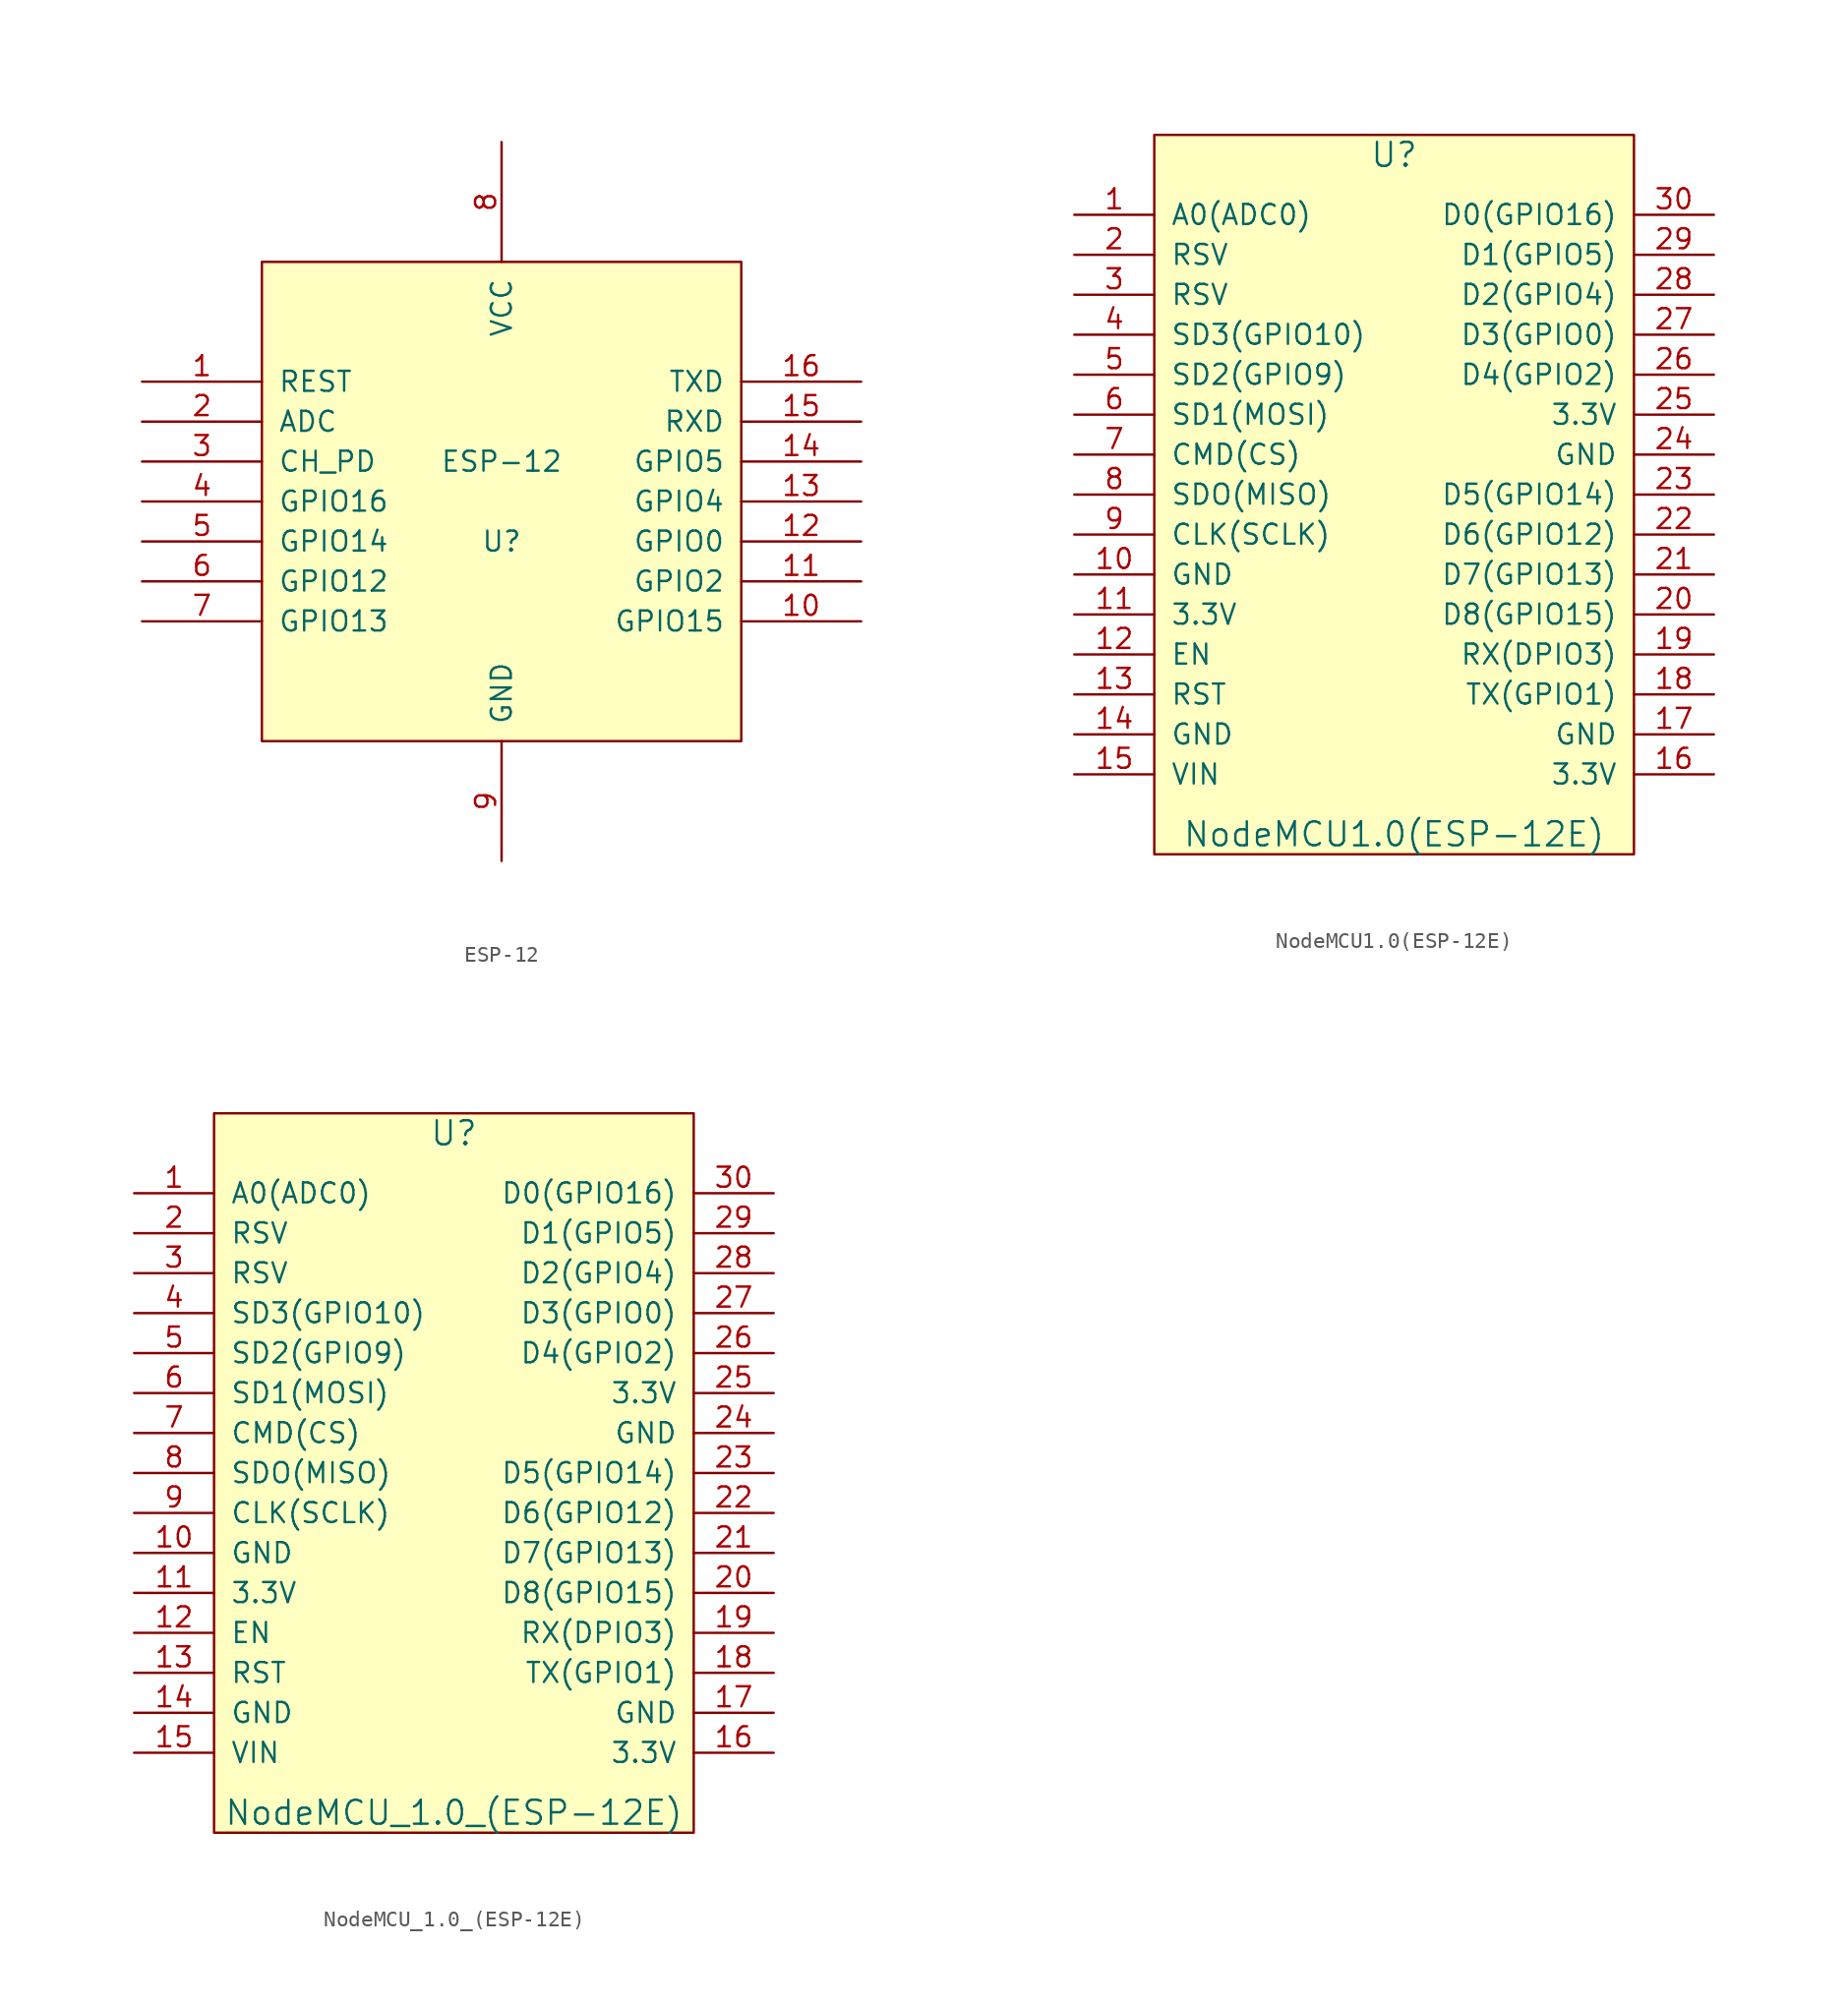
<source format=kicad_sym>
(kicad_symbol_lib
  (version 20220914)
  (generator kicad_symbol_editor)
  (symbol "ESP-12"
    (pin_names
      (offset 1.016))
    (property "Reference" "U"
      (at 0 -2.54 0)
      (effects (font (size 1.27 1.27))))
    (property "Value" "ESP-12"
      (at 0 2.54 0)
      (effects (font (size 1.27 1.27))))
    (symbol "ESP-12_1_0"
      (rectangle (start -15.24 15.24) (end 15.24 -15.24) (stroke (width 0) (type solid)) (fill (type background))))
    (symbol "ESP-12_1_1"
      (pin input line (at -22.86 7.62 0) (length 7.62) (name "REST" (effects (font (size 1.27 1.27)))) (number "1" (effects (font (size 1.27 1.27)))))
      (pin bidirectional line (at 22.86 -7.62 180) (length 7.62) (name "GPIO15" (effects (font (size 1.27 1.27)))) (number "10" (effects (font (size 1.27 1.27)))))
      (pin bidirectional line (at 22.86 -5.08 180) (length 7.62) (name "GPIO2" (effects (font (size 1.27 1.27)))) (number "11" (effects (font (size 1.27 1.27)))))
      (pin bidirectional line (at 22.86 -2.54 180) (length 7.62) (name "GPIO0" (effects (font (size 1.27 1.27)))) (number "12" (effects (font (size 1.27 1.27)))))
      (pin bidirectional line (at 22.86 0 180) (length 7.62) (name "GPIO4" (effects (font (size 1.27 1.27)))) (number "13" (effects (font (size 1.27 1.27)))))
      (pin bidirectional line (at 22.86 2.54 180) (length 7.62) (name "GPIO5" (effects (font (size 1.27 1.27)))) (number "14" (effects (font (size 1.27 1.27)))))
      (pin input line (at 22.86 5.08 180) (length 7.62) (name "RXD" (effects (font (size 1.27 1.27)))) (number "15" (effects (font (size 1.27 1.27)))))
      (pin output line (at 22.86 7.62 180) (length 7.62) (name "TXD" (effects (font (size 1.27 1.27)))) (number "16" (effects (font (size 1.27 1.27)))))
      (pin passive line (at -22.86 5.08 0) (length 7.62) (name "ADC" (effects (font (size 1.27 1.27)))) (number "2" (effects (font (size 1.27 1.27)))))
      (pin input line (at -22.86 2.54 0) (length 7.62) (name "CH_PD" (effects (font (size 1.27 1.27)))) (number "3" (effects (font (size 1.27 1.27)))))
      (pin bidirectional line (at -22.86 0 0) (length 7.62) (name "GPIO16" (effects (font (size 1.27 1.27)))) (number "4" (effects (font (size 1.27 1.27)))))
      (pin bidirectional line (at -22.86 -2.54 0) (length 7.62) (name "GPIO14" (effects (font (size 1.27 1.27)))) (number "5" (effects (font (size 1.27 1.27)))))
      (pin bidirectional line (at -22.86 -5.08 0) (length 7.62) (name "GPIO12" (effects (font (size 1.27 1.27)))) (number "6" (effects (font (size 1.27 1.27)))))
      (pin bidirectional line (at -22.86 -7.62 0) (length 7.62) (name "GPIO13" (effects (font (size 1.27 1.27)))) (number "7" (effects (font (size 1.27 1.27)))))
      (pin power_in line (at 0 22.86 270) (length 7.62) (name "VCC" (effects (font (size 1.27 1.27)))) (number "8" (effects (font (size 1.27 1.27)))))
      (pin power_in line (at 0 -22.86 90) (length 7.62) (name "GND" (effects (font (size 1.27 1.27)))) (number "9" (effects (font (size 1.27 1.27)))))))
  (symbol "NodeMCU1.0(ESP-12E)"
    (pin_names
      (offset 1.016))
    (property "Reference" "U"
      (at 0 21.59 0)
      (effects (font (size 1.524 1.524))))
    (property "Value" "NodeMCU1.0(ESP-12E)"
      (at 0 -21.59 0)
      (effects (font (size 1.524 1.524))))
    (property "Footprint" ""
      (at -15.24 -21.59 0)
      (effects (font (size 1.524 1.524))))
    (property "Datasheet" ""
      (at -15.24 -21.59 0)
      (effects (font (size 1.524 1.524))))
    (symbol "NodeMCU1.0(ESP-12E)_1_1"
      (rectangle (start -15.24 22.86) (end 15.24 -22.86) (stroke (width 0) (type solid)) (fill (type background)))
      (pin input line (at -20.32 17.78 0) (length 5.08) (name "A0(ADC0)" (effects (font (size 1.27 1.27)))) (number "1" (effects (font (size 1.27 1.27)))))
      (pin input line (at -20.32 -5.08 0) (length 5.08) (name "GND" (effects (font (size 1.27 1.27)))) (number "10" (effects (font (size 1.27 1.27)))))
      (pin input line (at -20.32 -7.62 0) (length 5.08) (name "3.3V" (effects (font (size 1.27 1.27)))) (number "11" (effects (font (size 1.27 1.27)))))
      (pin input line (at -20.32 -10.16 0) (length 5.08) (name "EN" (effects (font (size 1.27 1.27)))) (number "12" (effects (font (size 1.27 1.27)))))
      (pin input line (at -20.32 -12.7 0) (length 5.08) (name "RST" (effects (font (size 1.27 1.27)))) (number "13" (effects (font (size 1.27 1.27)))))
      (pin input line (at -20.32 -15.24 0) (length 5.08) (name "GND" (effects (font (size 1.27 1.27)))) (number "14" (effects (font (size 1.27 1.27)))))
      (pin input line (at -20.32 -17.78 0) (length 5.08) (name "VIN" (effects (font (size 1.27 1.27)))) (number "15" (effects (font (size 1.27 1.27)))))
      (pin input line (at 20.32 -17.78 180) (length 5.08) (name "3.3V" (effects (font (size 1.27 1.27)))) (number "16" (effects (font (size 1.27 1.27)))))
      (pin input line (at 20.32 -15.24 180) (length 5.08) (name "GND" (effects (font (size 1.27 1.27)))) (number "17" (effects (font (size 1.27 1.27)))))
      (pin input line (at 20.32 -12.7 180) (length 5.08) (name "TX(GPIO1)" (effects (font (size 1.27 1.27)))) (number "18" (effects (font (size 1.27 1.27)))))
      (pin input line (at 20.32 -10.16 180) (length 5.08) (name "RX(DPIO3)" (effects (font (size 1.27 1.27)))) (number "19" (effects (font (size 1.27 1.27)))))
      (pin input line (at -20.32 15.24 0) (length 5.08) (name "RSV" (effects (font (size 1.27 1.27)))) (number "2" (effects (font (size 1.27 1.27)))))
      (pin input line (at 20.32 -7.62 180) (length 5.08) (name "D8(GPIO15)" (effects (font (size 1.27 1.27)))) (number "20" (effects (font (size 1.27 1.27)))))
      (pin input line (at 20.32 -5.08 180) (length 5.08) (name "D7(GPIO13)" (effects (font (size 1.27 1.27)))) (number "21" (effects (font (size 1.27 1.27)))))
      (pin input line (at 20.32 -2.54 180) (length 5.08) (name "D6(GPIO12)" (effects (font (size 1.27 1.27)))) (number "22" (effects (font (size 1.27 1.27)))))
      (pin input line (at 20.32 0 180) (length 5.08) (name "D5(GPIO14)" (effects (font (size 1.27 1.27)))) (number "23" (effects (font (size 1.27 1.27)))))
      (pin input line (at 20.32 2.54 180) (length 5.08) (name "GND" (effects (font (size 1.27 1.27)))) (number "24" (effects (font (size 1.27 1.27)))))
      (pin input line (at 20.32 5.08 180) (length 5.08) (name "3.3V" (effects (font (size 1.27 1.27)))) (number "25" (effects (font (size 1.27 1.27)))))
      (pin input line (at 20.32 7.62 180) (length 5.08) (name "D4(GPIO2)" (effects (font (size 1.27 1.27)))) (number "26" (effects (font (size 1.27 1.27)))))
      (pin input line (at 20.32 10.16 180) (length 5.08) (name "D3(GPIO0)" (effects (font (size 1.27 1.27)))) (number "27" (effects (font (size 1.27 1.27)))))
      (pin input line (at 20.32 12.7 180) (length 5.08) (name "D2(GPIO4)" (effects (font (size 1.27 1.27)))) (number "28" (effects (font (size 1.27 1.27)))))
      (pin input line (at 20.32 15.24 180) (length 5.08) (name "D1(GPIO5)" (effects (font (size 1.27 1.27)))) (number "29" (effects (font (size 1.27 1.27)))))
      (pin input line (at -20.32 12.7 0) (length 5.08) (name "RSV" (effects (font (size 1.27 1.27)))) (number "3" (effects (font (size 1.27 1.27)))))
      (pin input line (at 20.32 17.78 180) (length 5.08) (name "D0(GPIO16)" (effects (font (size 1.27 1.27)))) (number "30" (effects (font (size 1.27 1.27)))))
      (pin input line (at -20.32 10.16 0) (length 5.08) (name "SD3(GPIO10)" (effects (font (size 1.27 1.27)))) (number "4" (effects (font (size 1.27 1.27)))))
      (pin input line (at -20.32 7.62 0) (length 5.08) (name "SD2(GPIO9)" (effects (font (size 1.27 1.27)))) (number "5" (effects (font (size 1.27 1.27)))))
      (pin input line (at -20.32 5.08 0) (length 5.08) (name "SD1(MOSI)" (effects (font (size 1.27 1.27)))) (number "6" (effects (font (size 1.27 1.27)))))
      (pin input line (at -20.32 2.54 0) (length 5.08) (name "CMD(CS)" (effects (font (size 1.27 1.27)))) (number "7" (effects (font (size 1.27 1.27)))))
      (pin input line (at -20.32 0 0) (length 5.08) (name "SDO(MISO)" (effects (font (size 1.27 1.27)))) (number "8" (effects (font (size 1.27 1.27)))))
      (pin input line (at -20.32 -2.54 0) (length 5.08) (name "CLK(SCLK)" (effects (font (size 1.27 1.27)))) (number "9" (effects (font (size 1.27 1.27)))))))
  (symbol "NodeMCU_1.0_(ESP-12E)"
    (pin_names
      (offset 1.016))
    (property "Reference" "U"
      (at 0 21.59 0)
      (effects (font (size 1.524 1.524))))
    (property "Value" "NodeMCU_1.0_(ESP-12E)"
      (at 0 -21.59 0)
      (effects (font (size 1.524 1.524))))
    (property "Footprint" ""
      (at -15.24 -21.59 0)
      (effects (font (size 1.524 1.524))))
    (property "Datasheet" ""
      (at -15.24 -21.59 0)
      (effects (font (size 1.524 1.524))))
    (symbol "NodeMCU_1.0_(ESP-12E)_1_1"
      (rectangle (start -15.24 22.86) (end 15.24 -22.86) (stroke (width 0) (type solid)) (fill (type background)))
      (pin input line (at -20.32 17.78 0) (length 5.08) (name "A0(ADC0)" (effects (font (size 1.27 1.27)))) (number "1" (effects (font (size 1.27 1.27)))))
      (pin input line (at -20.32 -5.08 0) (length 5.08) (name "GND" (effects (font (size 1.27 1.27)))) (number "10" (effects (font (size 1.27 1.27)))))
      (pin power_out line (at -20.32 -7.62 0) (length 5.08) (name "3.3V" (effects (font (size 1.27 1.27)))) (number "11" (effects (font (size 1.27 1.27)))))
      (pin input line (at -20.32 -10.16 0) (length 5.08) (name "EN" (effects (font (size 1.27 1.27)))) (number "12" (effects (font (size 1.27 1.27)))))
      (pin input line (at -20.32 -12.7 0) (length 5.08) (name "RST" (effects (font (size 1.27 1.27)))) (number "13" (effects (font (size 1.27 1.27)))))
      (pin power_in line (at -20.32 -15.24 0) (length 5.08) (name "GND" (effects (font (size 1.27 1.27)))) (number "14" (effects (font (size 1.27 1.27)))))
      (pin power_in line (at -20.32 -17.78 0) (length 5.08) (name "VIN" (effects (font (size 1.27 1.27)))) (number "15" (effects (font (size 1.27 1.27)))))
      (pin power_out line (at 20.32 -17.78 180) (length 5.08) (name "3.3V" (effects (font (size 1.27 1.27)))) (number "16" (effects (font (size 1.27 1.27)))))
      (pin power_in line (at 20.32 -15.24 180) (length 5.08) (name "GND" (effects (font (size 1.27 1.27)))) (number "17" (effects (font (size 1.27 1.27)))))
      (pin bidirectional line (at 20.32 -12.7 180) (length 5.08) (name "TX(GPIO1)" (effects (font (size 1.27 1.27)))) (number "18" (effects (font (size 1.27 1.27)))))
      (pin bidirectional line (at 20.32 -10.16 180) (length 5.08) (name "RX(DPIO3)" (effects (font (size 1.27 1.27)))) (number "19" (effects (font (size 1.27 1.27)))))
      (pin input line (at -20.32 15.24 0) (length 5.08) (name "RSV" (effects (font (size 1.27 1.27)))) (number "2" (effects (font (size 1.27 1.27)))))
      (pin bidirectional line (at 20.32 -7.62 180) (length 5.08) (name "D8(GPIO15)" (effects (font (size 1.27 1.27)))) (number "20" (effects (font (size 1.27 1.27)))))
      (pin bidirectional line (at 20.32 -5.08 180) (length 5.08) (name "D7(GPIO13)" (effects (font (size 1.27 1.27)))) (number "21" (effects (font (size 1.27 1.27)))))
      (pin bidirectional line (at 20.32 -2.54 180) (length 5.08) (name "D6(GPIO12)" (effects (font (size 1.27 1.27)))) (number "22" (effects (font (size 1.27 1.27)))))
      (pin bidirectional line (at 20.32 0 180) (length 5.08) (name "D5(GPIO14)" (effects (font (size 1.27 1.27)))) (number "23" (effects (font (size 1.27 1.27)))))
      (pin power_in line (at 20.32 2.54 180) (length 5.08) (name "GND" (effects (font (size 1.27 1.27)))) (number "24" (effects (font (size 1.27 1.27)))))
      (pin power_out line (at 20.32 5.08 180) (length 5.08) (name "3.3V" (effects (font (size 1.27 1.27)))) (number "25" (effects (font (size 1.27 1.27)))))
      (pin bidirectional line (at 20.32 7.62 180) (length 5.08) (name "D4(GPIO2)" (effects (font (size 1.27 1.27)))) (number "26" (effects (font (size 1.27 1.27)))))
      (pin bidirectional line (at 20.32 10.16 180) (length 5.08) (name "D3(GPIO0)" (effects (font (size 1.27 1.27)))) (number "27" (effects (font (size 1.27 1.27)))))
      (pin bidirectional line (at 20.32 12.7 180) (length 5.08) (name "D2(GPIO4)" (effects (font (size 1.27 1.27)))) (number "28" (effects (font (size 1.27 1.27)))))
      (pin bidirectional line (at 20.32 15.24 180) (length 5.08) (name "D1(GPIO5)" (effects (font (size 1.27 1.27)))) (number "29" (effects (font (size 1.27 1.27)))))
      (pin input line (at -20.32 12.7 0) (length 5.08) (name "RSV" (effects (font (size 1.27 1.27)))) (number "3" (effects (font (size 1.27 1.27)))))
      (pin bidirectional line (at 20.32 17.78 180) (length 5.08) (name "D0(GPIO16)" (effects (font (size 1.27 1.27)))) (number "30" (effects (font (size 1.27 1.27)))))
      (pin bidirectional line (at -20.32 10.16 0) (length 5.08) (name "SD3(GPIO10)" (effects (font (size 1.27 1.27)))) (number "4" (effects (font (size 1.27 1.27)))))
      (pin bidirectional line (at -20.32 7.62 0) (length 5.08) (name "SD2(GPIO9)" (effects (font (size 1.27 1.27)))) (number "5" (effects (font (size 1.27 1.27)))))
      (pin bidirectional line (at -20.32 5.08 0) (length 5.08) (name "SD1(MOSI)" (effects (font (size 1.27 1.27)))) (number "6" (effects (font (size 1.27 1.27)))))
      (pin bidirectional line (at -20.32 2.54 0) (length 5.08) (name "CMD(CS)" (effects (font (size 1.27 1.27)))) (number "7" (effects (font (size 1.27 1.27)))))
      (pin bidirectional line (at -20.32 0 0) (length 5.08) (name "SDO(MISO)" (effects (font (size 1.27 1.27)))) (number "8" (effects (font (size 1.27 1.27)))))
      (pin bidirectional line (at -20.32 -2.54 0) (length 5.08) (name "CLK(SCLK)" (effects (font (size 1.27 1.27)))) (number "9" (effects (font (size 1.27 1.27))))))))
</source>
